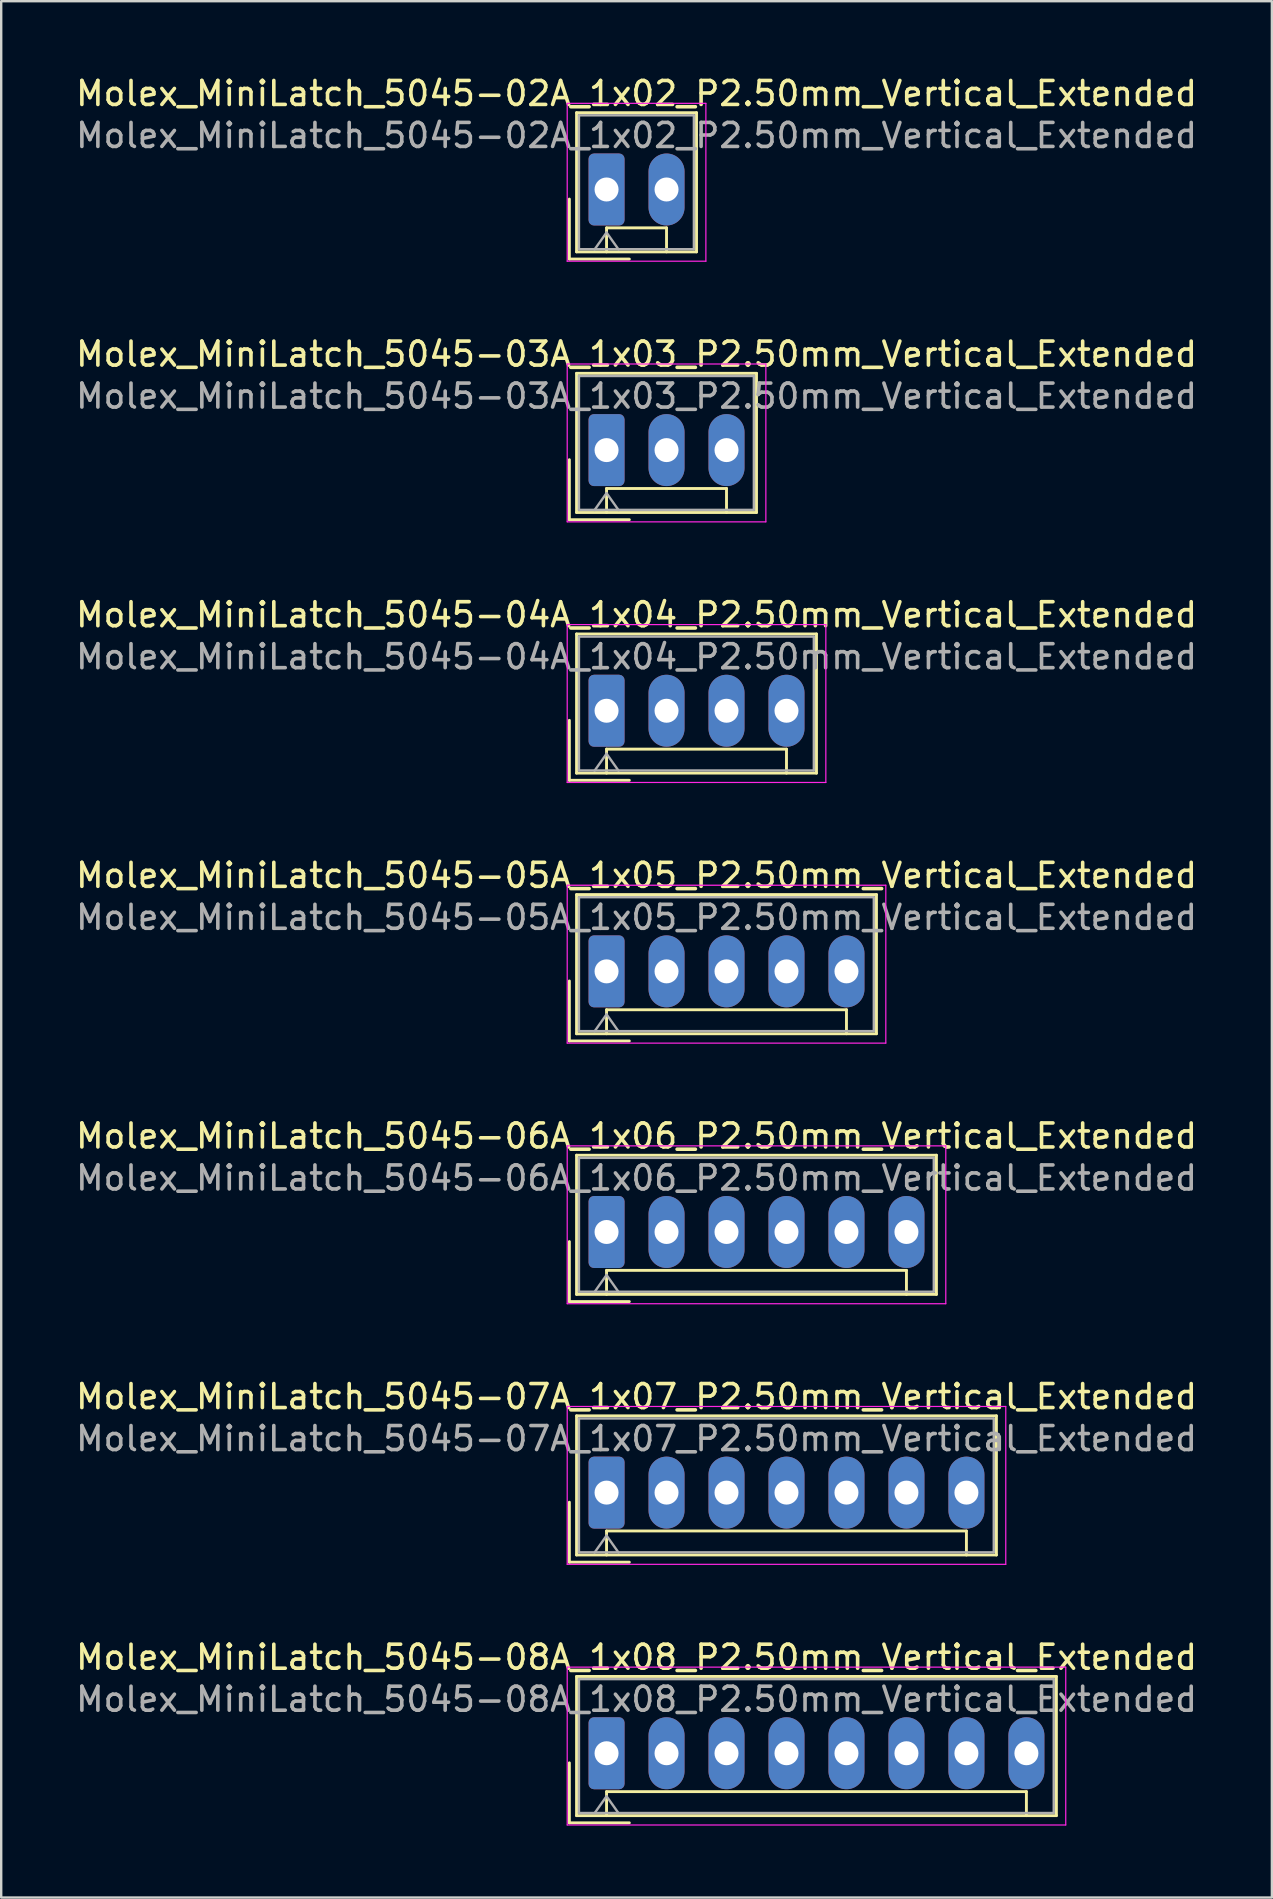
<source format=kicad_pcb>
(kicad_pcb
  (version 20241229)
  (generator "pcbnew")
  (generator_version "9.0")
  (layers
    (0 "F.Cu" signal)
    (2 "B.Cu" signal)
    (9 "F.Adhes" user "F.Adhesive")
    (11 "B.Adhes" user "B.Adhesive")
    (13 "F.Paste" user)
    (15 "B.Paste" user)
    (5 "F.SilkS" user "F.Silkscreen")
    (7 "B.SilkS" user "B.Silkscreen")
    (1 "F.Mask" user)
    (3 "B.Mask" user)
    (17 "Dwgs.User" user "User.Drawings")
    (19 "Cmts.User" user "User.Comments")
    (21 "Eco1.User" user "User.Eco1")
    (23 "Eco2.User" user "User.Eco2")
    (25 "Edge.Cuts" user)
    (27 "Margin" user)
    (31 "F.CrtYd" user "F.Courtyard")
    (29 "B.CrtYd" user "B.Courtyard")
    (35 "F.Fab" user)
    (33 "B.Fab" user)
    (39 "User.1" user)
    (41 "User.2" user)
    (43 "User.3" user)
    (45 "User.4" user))
  (footprint "Molex_MiniLatch_5045-02A_1x02_P2.50mm_Vertical_Extended"
    (layer "F.Cu")
    (at 22.232 4.848)
    (property "Reference" "Molex_MiniLatch_5045-02A_1x02_P2.50mm_Vertical_Extended" (at 1.25 -4 0) (layer "F.SilkS") (effects (font (size 1 1) (thickness 0.15))))
    (attr through_hole)
    (fp_line (start -1.55 0.4) (end -1.55 2.9) (stroke (width 0.12) (type solid)) (layer "F.SilkS"))
    (fp_line (start -1.55 2.9) (end 0.95 2.9) (stroke (width 0.12) (type solid)) (layer "F.SilkS"))
    (fp_line (start -1.25 -3.2) (end -1.25 2.6) (stroke (width 0.12) (type solid)) (layer "F.SilkS"))
    (fp_line (start -1.25 -3.2) (end 3.75 -3.2) (stroke (width 0.12) (type solid)) (layer "F.SilkS"))
    (fp_line (start -1.25 2.6) (end 3.75 2.6) (stroke (width 0.12) (type solid)) (layer "F.SilkS"))
    (fp_line (start 0 1.6) (end 2.5 1.6) (stroke (width 0.12) (type solid)) (layer "F.SilkS"))
    (fp_line (start 0 2.6) (end 0 1.6) (stroke (width 0.12) (type solid)) (layer "F.SilkS"))
    (fp_line (start 2.5 1.6) (end 2.5 2.6) (stroke (width 0.12) (type solid)) (layer "F.SilkS"))
    (fp_line (start 3.75 -3.2) (end 3.75 2.6) (stroke (width 0.12) (type solid)) (layer "F.SilkS"))
    (fp_line (start -1.64 -3.59) (end -1.64 2.99) (stroke (width 0.05) (type solid)) (layer "F.CrtYd"))
    (fp_line (start -1.64 -3.59) (end 4.14 -3.59) (stroke (width 0.05) (type solid)) (layer "F.CrtYd"))
    (fp_line (start 4.14 -3.59) (end 4.14 2.99) (stroke (width 0.05) (type solid)) (layer "F.CrtYd"))
    (fp_line (start 4.14 2.99) (end -1.64 2.99) (stroke (width 0.05) (type solid)) (layer "F.CrtYd"))
    (fp_line (start -1.15 2.49) (end -1.15 -3.09) (stroke (width 0.1) (type solid)) (layer "F.Fab"))
    (fp_line (start -1.15 2.49) (end 3.64 2.49) (stroke (width 0.1) (type solid)) (layer "F.Fab"))
    (fp_line (start -0.5 2.5) (end 0 1.793) (stroke (width 0.1) (type solid)) (layer "F.Fab"))
    (fp_line (start 0 1.793) (end 0.5 2.5) (stroke (width 0.1) (type solid)) (layer "F.Fab"))
    (fp_line (start 3.64 -3.09) (end -1.15 -3.09) (stroke (width 0.1) (type solid)) (layer "F.Fab"))
    (fp_line (start 3.64 2.49) (end 3.64 -3.09) (stroke (width 0.1) (type solid)) (layer "F.Fab"))
    (fp_text user "${REFERENCE}" (at 1.25 -2.25 0) (layer "F.Fab") (effects (font (size 1 1) (thickness 0.15))))
    (pad "1" thru_hole roundrect (at 0 0) (size 1.5 3) (drill 1) (layers "*.Cu" "*.Mask") (roundrect_rratio 0.15))
    (pad "2" thru_hole oval (at 2.5 0) (size 1.5 3) (drill 1) (layers "*.Cu" "*.Mask")))
  (footprint "Molex_MiniLatch_5045-07A_1x07_P2.50mm_Vertical_Extended"
    (layer "F.Cu")
    (at 22.232 59.164)
    (property "Reference" "Molex_MiniLatch_5045-07A_1x07_P2.50mm_Vertical_Extended" (at 1.25 -4 0) (layer "F.SilkS") (effects (font (size 1 1) (thickness 0.15))))
    (attr through_hole)
    (fp_line (start -1.55 0.4) (end -1.55 2.9) (stroke (width 0.12) (type solid)) (layer "F.SilkS"))
    (fp_line (start -1.55 2.9) (end 0.95 2.9) (stroke (width 0.12) (type solid)) (layer "F.SilkS"))
    (fp_line (start -1.25 -3.2) (end -1.25 2.6) (stroke (width 0.12) (type solid)) (layer "F.SilkS"))
    (fp_line (start -1.25 -3.2) (end 16.25 -3.2) (stroke (width 0.12) (type solid)) (layer "F.SilkS"))
    (fp_line (start -1.25 2.6) (end 16.25 2.6) (stroke (width 0.12) (type solid)) (layer "F.SilkS"))
    (fp_line (start 0 1.6) (end 15 1.6) (stroke (width 0.12) (type solid)) (layer "F.SilkS"))
    (fp_line (start 0 2.6) (end 0 1.6) (stroke (width 0.12) (type solid)) (layer "F.SilkS"))
    (fp_line (start 15 1.6) (end 15 2.6) (stroke (width 0.12) (type solid)) (layer "F.SilkS"))
    (fp_line (start 16.25 -3.2) (end 16.25 2.6) (stroke (width 0.12) (type solid)) (layer "F.SilkS"))
    (fp_line (start -1.64 -3.59) (end -1.64 2.99) (stroke (width 0.05) (type solid)) (layer "F.CrtYd"))
    (fp_line (start -1.64 -3.59) (end 16.64 -3.59) (stroke (width 0.05) (type solid)) (layer "F.CrtYd"))
    (fp_line (start 16.64 -3.59) (end 16.64 2.99) (stroke (width 0.05) (type solid)) (layer "F.CrtYd"))
    (fp_line (start 16.64 2.99) (end -1.64 2.99) (stroke (width 0.05) (type solid)) (layer "F.CrtYd"))
    (fp_line (start -1.15 2.49) (end -1.15 -3.09) (stroke (width 0.1) (type solid)) (layer "F.Fab"))
    (fp_line (start -1.15 2.49) (end 16.14 2.49) (stroke (width 0.1) (type solid)) (layer "F.Fab"))
    (fp_line (start -0.5 2.5) (end 0 1.793) (stroke (width 0.1) (type solid)) (layer "F.Fab"))
    (fp_line (start 0 1.793) (end 0.5 2.5) (stroke (width 0.1) (type solid)) (layer "F.Fab"))
    (fp_line (start 16.14 -3.09) (end -1.15 -3.09) (stroke (width 0.1) (type solid)) (layer "F.Fab"))
    (fp_line (start 16.14 2.49) (end 16.14 -3.09) (stroke (width 0.1) (type solid)) (layer "F.Fab"))
    (fp_text user "${REFERENCE}" (at 1.25 -2.25 0) (layer "F.Fab") (effects (font (size 1 1) (thickness 0.15))))
    (pad "1" thru_hole roundrect (at 0 0) (size 1.5 3) (drill 1) (layers "*.Cu" "*.Mask") (roundrect_rratio 0.15))
    (pad "2" thru_hole oval (at 2.5 0) (size 1.5 3) (drill 1) (layers "*.Cu" "*.Mask"))
    (pad "3" thru_hole oval (at 5 0) (size 1.5 3) (drill 1) (layers "*.Cu" "*.Mask"))
    (pad "4" thru_hole oval (at 7.5 0) (size 1.5 3) (drill 1) (layers "*.Cu" "*.Mask"))
    (pad "5" thru_hole oval (at 10 0) (size 1.5 3) (drill 1) (layers "*.Cu" "*.Mask"))
    (pad "6" thru_hole oval (at 12.5 0) (size 1.5 3) (drill 1) (layers "*.Cu" "*.Mask"))
    (pad "7" thru_hole oval (at 15 0) (size 1.5 3) (drill 1) (layers "*.Cu" "*.Mask")))
  (footprint "Molex_MiniLatch_5045-05A_1x05_P2.50mm_Vertical_Extended"
    (layer "F.Cu")
    (at 22.232 37.438)
    (property "Reference" "Molex_MiniLatch_5045-05A_1x05_P2.50mm_Vertical_Extended" (at 1.25 -4 0) (layer "F.SilkS") (effects (font (size 1 1) (thickness 0.15))))
    (attr through_hole)
    (fp_line (start -1.55 0.4) (end -1.55 2.9) (stroke (width 0.12) (type solid)) (layer "F.SilkS"))
    (fp_line (start -1.55 2.9) (end 0.95 2.9) (stroke (width 0.12) (type solid)) (layer "F.SilkS"))
    (fp_line (start -1.25 -3.2) (end -1.25 2.6) (stroke (width 0.12) (type solid)) (layer "F.SilkS"))
    (fp_line (start -1.25 -3.2) (end 11.25 -3.2) (stroke (width 0.12) (type solid)) (layer "F.SilkS"))
    (fp_line (start -1.25 2.6) (end 11.25 2.6) (stroke (width 0.12) (type solid)) (layer "F.SilkS"))
    (fp_line (start 0 1.6) (end 10 1.6) (stroke (width 0.12) (type solid)) (layer "F.SilkS"))
    (fp_line (start 0 2.6) (end 0 1.6) (stroke (width 0.12) (type solid)) (layer "F.SilkS"))
    (fp_line (start 10 1.6) (end 10 2.6) (stroke (width 0.12) (type solid)) (layer "F.SilkS"))
    (fp_line (start 11.25 -3.2) (end 11.25 2.6) (stroke (width 0.12) (type solid)) (layer "F.SilkS"))
    (fp_line (start -1.64 -3.59) (end -1.64 2.99) (stroke (width 0.05) (type solid)) (layer "F.CrtYd"))
    (fp_line (start -1.64 -3.59) (end 11.64 -3.59) (stroke (width 0.05) (type solid)) (layer "F.CrtYd"))
    (fp_line (start 11.64 -3.59) (end 11.64 2.99) (stroke (width 0.05) (type solid)) (layer "F.CrtYd"))
    (fp_line (start 11.64 2.99) (end -1.64 2.99) (stroke (width 0.05) (type solid)) (layer "F.CrtYd"))
    (fp_line (start -1.15 2.49) (end -1.15 -3.09) (stroke (width 0.1) (type solid)) (layer "F.Fab"))
    (fp_line (start -1.15 2.49) (end 11.14 2.49) (stroke (width 0.1) (type solid)) (layer "F.Fab"))
    (fp_line (start -0.5 2.5) (end 0 1.793) (stroke (width 0.1) (type solid)) (layer "F.Fab"))
    (fp_line (start 0 1.793) (end 0.5 2.5) (stroke (width 0.1) (type solid)) (layer "F.Fab"))
    (fp_line (start 11.14 -3.09) (end -1.15 -3.09) (stroke (width 0.1) (type solid)) (layer "F.Fab"))
    (fp_line (start 11.14 2.49) (end 11.14 -3.09) (stroke (width 0.1) (type solid)) (layer "F.Fab"))
    (fp_text user "${REFERENCE}" (at 1.25 -2.25 0) (layer "F.Fab") (effects (font (size 1 1) (thickness 0.15))))
    (pad "1" thru_hole roundrect (at 0 0) (size 1.5 3) (drill 1) (layers "*.Cu" "*.Mask") (roundrect_rratio 0.15))
    (pad "2" thru_hole oval (at 2.5 0) (size 1.5 3) (drill 1) (layers "*.Cu" "*.Mask"))
    (pad "3" thru_hole oval (at 5 0) (size 1.5 3) (drill 1) (layers "*.Cu" "*.Mask"))
    (pad "4" thru_hole oval (at 7.5 0) (size 1.5 3) (drill 1) (layers "*.Cu" "*.Mask"))
    (pad "5" thru_hole oval (at 10 0) (size 1.5 3) (drill 1) (layers "*.Cu" "*.Mask")))
  (footprint "Molex_MiniLatch_5045-08A_1x08_P2.50mm_Vertical_Extended"
    (layer "F.Cu")
    (at 22.232 70.028)
    (property "Reference" "Molex_MiniLatch_5045-08A_1x08_P2.50mm_Vertical_Extended" (at 1.25 -4 0) (layer "F.SilkS") (effects (font (size 1 1) (thickness 0.15))))
    (attr through_hole)
    (fp_line (start -1.55 0.4) (end -1.55 2.9) (stroke (width 0.12) (type solid)) (layer "F.SilkS"))
    (fp_line (start -1.55 2.9) (end 0.95 2.9) (stroke (width 0.12) (type solid)) (layer "F.SilkS"))
    (fp_line (start -1.25 -3.2) (end -1.25 2.6) (stroke (width 0.12) (type solid)) (layer "F.SilkS"))
    (fp_line (start -1.25 -3.2) (end 18.75 -3.2) (stroke (width 0.12) (type solid)) (layer "F.SilkS"))
    (fp_line (start -1.25 2.6) (end 18.75 2.6) (stroke (width 0.12) (type solid)) (layer "F.SilkS"))
    (fp_line (start 0 1.6) (end 17.5 1.6) (stroke (width 0.12) (type solid)) (layer "F.SilkS"))
    (fp_line (start 0 2.6) (end 0 1.6) (stroke (width 0.12) (type solid)) (layer "F.SilkS"))
    (fp_line (start 17.5 1.6) (end 17.5 2.6) (stroke (width 0.12) (type solid)) (layer "F.SilkS"))
    (fp_line (start 18.75 -3.2) (end 18.75 2.6) (stroke (width 0.12) (type solid)) (layer "F.SilkS"))
    (fp_line (start -1.64 -3.59) (end -1.64 2.99) (stroke (width 0.05) (type solid)) (layer "F.CrtYd"))
    (fp_line (start -1.64 -3.59) (end 19.14 -3.59) (stroke (width 0.05) (type solid)) (layer "F.CrtYd"))
    (fp_line (start 19.14 -3.59) (end 19.14 2.99) (stroke (width 0.05) (type solid)) (layer "F.CrtYd"))
    (fp_line (start 19.14 2.99) (end -1.64 2.99) (stroke (width 0.05) (type solid)) (layer "F.CrtYd"))
    (fp_line (start -1.15 2.49) (end -1.15 -3.09) (stroke (width 0.1) (type solid)) (layer "F.Fab"))
    (fp_line (start -1.15 2.49) (end 18.64 2.49) (stroke (width 0.1) (type solid)) (layer "F.Fab"))
    (fp_line (start -0.5 2.5) (end 0 1.793) (stroke (width 0.1) (type solid)) (layer "F.Fab"))
    (fp_line (start 0 1.793) (end 0.5 2.5) (stroke (width 0.1) (type solid)) (layer "F.Fab"))
    (fp_line (start 18.64 -3.09) (end -1.15 -3.09) (stroke (width 0.1) (type solid)) (layer "F.Fab"))
    (fp_line (start 18.64 2.49) (end 18.64 -3.09) (stroke (width 0.1) (type solid)) (layer "F.Fab"))
    (fp_text user "${REFERENCE}" (at 1.25 -2.25 0) (layer "F.Fab") (effects (font (size 1 1) (thickness 0.15))))
    (pad "1" thru_hole roundrect (at 0 0) (size 1.5 3) (drill 1) (layers "*.Cu" "*.Mask") (roundrect_rratio 0.15))
    (pad "2" thru_hole oval (at 2.5 0) (size 1.5 3) (drill 1) (layers "*.Cu" "*.Mask"))
    (pad "3" thru_hole oval (at 5 0) (size 1.5 3) (drill 1) (layers "*.Cu" "*.Mask"))
    (pad "4" thru_hole oval (at 7.5 0) (size 1.5 3) (drill 1) (layers "*.Cu" "*.Mask"))
    (pad "5" thru_hole oval (at 10 0) (size 1.5 3) (drill 1) (layers "*.Cu" "*.Mask"))
    (pad "6" thru_hole oval (at 12.5 0) (size 1.5 3) (drill 1) (layers "*.Cu" "*.Mask"))
    (pad "7" thru_hole oval (at 15 0) (size 1.5 3) (drill 1) (layers "*.Cu" "*.Mask"))
    (pad "8" thru_hole oval (at 17.5 0) (size 1.5 3) (drill 1) (layers "*.Cu" "*.Mask")))
  (footprint "Molex_MiniLatch_5045-03A_1x03_P2.50mm_Vertical_Extended"
    (layer "F.Cu")
    (at 22.232 15.711)
    (property "Reference" "Molex_MiniLatch_5045-03A_1x03_P2.50mm_Vertical_Extended" (at 1.25 -4 0) (layer "F.SilkS") (effects (font (size 1 1) (thickness 0.15))))
    (attr through_hole)
    (fp_line (start -1.55 0.4) (end -1.55 2.9) (stroke (width 0.12) (type solid)) (layer "F.SilkS"))
    (fp_line (start -1.55 2.9) (end 0.95 2.9) (stroke (width 0.12) (type solid)) (layer "F.SilkS"))
    (fp_line (start -1.25 -3.2) (end -1.25 2.6) (stroke (width 0.12) (type solid)) (layer "F.SilkS"))
    (fp_line (start -1.25 -3.2) (end 6.25 -3.2) (stroke (width 0.12) (type solid)) (layer "F.SilkS"))
    (fp_line (start -1.25 2.6) (end 6.25 2.6) (stroke (width 0.12) (type solid)) (layer "F.SilkS"))
    (fp_line (start 0 1.6) (end 5 1.6) (stroke (width 0.12) (type solid)) (layer "F.SilkS"))
    (fp_line (start 0 2.6) (end 0 1.6) (stroke (width 0.12) (type solid)) (layer "F.SilkS"))
    (fp_line (start 5 1.6) (end 5 2.6) (stroke (width 0.12) (type solid)) (layer "F.SilkS"))
    (fp_line (start 6.25 -3.2) (end 6.25 2.6) (stroke (width 0.12) (type solid)) (layer "F.SilkS"))
    (fp_line (start -1.64 -3.59) (end -1.64 2.99) (stroke (width 0.05) (type solid)) (layer "F.CrtYd"))
    (fp_line (start -1.64 -3.59) (end 6.64 -3.59) (stroke (width 0.05) (type solid)) (layer "F.CrtYd"))
    (fp_line (start 6.64 -3.59) (end 6.64 2.99) (stroke (width 0.05) (type solid)) (layer "F.CrtYd"))
    (fp_line (start 6.64 2.99) (end -1.64 2.99) (stroke (width 0.05) (type solid)) (layer "F.CrtYd"))
    (fp_line (start -1.15 2.49) (end -1.15 -3.09) (stroke (width 0.1) (type solid)) (layer "F.Fab"))
    (fp_line (start -1.15 2.49) (end 6.14 2.49) (stroke (width 0.1) (type solid)) (layer "F.Fab"))
    (fp_line (start -0.5 2.5) (end 0 1.793) (stroke (width 0.1) (type solid)) (layer "F.Fab"))
    (fp_line (start 0 1.793) (end 0.5 2.5) (stroke (width 0.1) (type solid)) (layer "F.Fab"))
    (fp_line (start 6.14 -3.09) (end -1.15 -3.09) (stroke (width 0.1) (type solid)) (layer "F.Fab"))
    (fp_line (start 6.14 2.49) (end 6.14 -3.09) (stroke (width 0.1) (type solid)) (layer "F.Fab"))
    (fp_text user "${REFERENCE}" (at 1.25 -2.25 0) (layer "F.Fab") (effects (font (size 1 1) (thickness 0.15))))
    (pad "1" thru_hole roundrect (at 0 0) (size 1.5 3) (drill 1) (layers "*.Cu" "*.Mask") (roundrect_rratio 0.15))
    (pad "2" thru_hole oval (at 2.5 0) (size 1.5 3) (drill 1) (layers "*.Cu" "*.Mask"))
    (pad "3" thru_hole oval (at 5 0) (size 1.5 3) (drill 1) (layers "*.Cu" "*.Mask")))
  (footprint "Molex_MiniLatch_5045-04A_1x04_P2.50mm_Vertical_Extended"
    (layer "F.Cu")
    (at 22.232 26.575)
    (property "Reference" "Molex_MiniLatch_5045-04A_1x04_P2.50mm_Vertical_Extended" (at 1.25 -4 0) (layer "F.SilkS") (effects (font (size 1 1) (thickness 0.15))))
    (attr through_hole)
    (fp_line (start -1.55 0.4) (end -1.55 2.9) (stroke (width 0.12) (type solid)) (layer "F.SilkS"))
    (fp_line (start -1.55 2.9) (end 0.95 2.9) (stroke (width 0.12) (type solid)) (layer "F.SilkS"))
    (fp_line (start -1.25 -3.2) (end -1.25 2.6) (stroke (width 0.12) (type solid)) (layer "F.SilkS"))
    (fp_line (start -1.25 -3.2) (end 8.75 -3.2) (stroke (width 0.12) (type solid)) (layer "F.SilkS"))
    (fp_line (start -1.25 2.6) (end 8.75 2.6) (stroke (width 0.12) (type solid)) (layer "F.SilkS"))
    (fp_line (start 0 1.6) (end 7.5 1.6) (stroke (width 0.12) (type solid)) (layer "F.SilkS"))
    (fp_line (start 0 2.6) (end 0 1.6) (stroke (width 0.12) (type solid)) (layer "F.SilkS"))
    (fp_line (start 7.5 1.6) (end 7.5 2.6) (stroke (width 0.12) (type solid)) (layer "F.SilkS"))
    (fp_line (start 8.75 -3.2) (end 8.75 2.6) (stroke (width 0.12) (type solid)) (layer "F.SilkS"))
    (fp_line (start -1.64 -3.59) (end -1.64 2.99) (stroke (width 0.05) (type solid)) (layer "F.CrtYd"))
    (fp_line (start -1.64 -3.59) (end 9.14 -3.59) (stroke (width 0.05) (type solid)) (layer "F.CrtYd"))
    (fp_line (start 9.14 -3.59) (end 9.14 2.99) (stroke (width 0.05) (type solid)) (layer "F.CrtYd"))
    (fp_line (start 9.14 2.99) (end -1.64 2.99) (stroke (width 0.05) (type solid)) (layer "F.CrtYd"))
    (fp_line (start -1.15 2.49) (end -1.15 -3.09) (stroke (width 0.1) (type solid)) (layer "F.Fab"))
    (fp_line (start -1.15 2.49) (end 8.64 2.49) (stroke (width 0.1) (type solid)) (layer "F.Fab"))
    (fp_line (start -0.5 2.5) (end 0 1.793) (stroke (width 0.1) (type solid)) (layer "F.Fab"))
    (fp_line (start 0 1.793) (end 0.5 2.5) (stroke (width 0.1) (type solid)) (layer "F.Fab"))
    (fp_line (start 8.64 -3.09) (end -1.15 -3.09) (stroke (width 0.1) (type solid)) (layer "F.Fab"))
    (fp_line (start 8.64 2.49) (end 8.64 -3.09) (stroke (width 0.1) (type solid)) (layer "F.Fab"))
    (fp_text user "${REFERENCE}" (at 1.25 -2.25 0) (layer "F.Fab") (effects (font (size 1 1) (thickness 0.15))))
    (pad "1" thru_hole roundrect (at 0 0) (size 1.5 3) (drill 1) (layers "*.Cu" "*.Mask") (roundrect_rratio 0.15))
    (pad "2" thru_hole oval (at 2.5 0) (size 1.5 3) (drill 1) (layers "*.Cu" "*.Mask"))
    (pad "3" thru_hole oval (at 5 0) (size 1.5 3) (drill 1) (layers "*.Cu" "*.Mask"))
    (pad "4" thru_hole oval (at 7.5 0) (size 1.5 3) (drill 1) (layers "*.Cu" "*.Mask")))
  (footprint "Molex_MiniLatch_5045-06A_1x06_P2.50mm_Vertical_Extended"
    (layer "F.Cu")
    (at 22.232 48.301)
    (property "Reference" "Molex_MiniLatch_5045-06A_1x06_P2.50mm_Vertical_Extended" (at 1.25 -4 0) (layer "F.SilkS") (effects (font (size 1 1) (thickness 0.15))))
    (attr through_hole)
    (fp_line (start -1.55 0.4) (end -1.55 2.9) (stroke (width 0.12) (type solid)) (layer "F.SilkS"))
    (fp_line (start -1.55 2.9) (end 0.95 2.9) (stroke (width 0.12) (type solid)) (layer "F.SilkS"))
    (fp_line (start -1.25 -3.2) (end -1.25 2.6) (stroke (width 0.12) (type solid)) (layer "F.SilkS"))
    (fp_line (start -1.25 -3.2) (end 13.75 -3.2) (stroke (width 0.12) (type solid)) (layer "F.SilkS"))
    (fp_line (start -1.25 2.6) (end 13.75 2.6) (stroke (width 0.12) (type solid)) (layer "F.SilkS"))
    (fp_line (start 0 1.6) (end 12.5 1.6) (stroke (width 0.12) (type solid)) (layer "F.SilkS"))
    (fp_line (start 0 2.6) (end 0 1.6) (stroke (width 0.12) (type solid)) (layer "F.SilkS"))
    (fp_line (start 12.5 1.6) (end 12.5 2.6) (stroke (width 0.12) (type solid)) (layer "F.SilkS"))
    (fp_line (start 13.75 -3.2) (end 13.75 2.6) (stroke (width 0.12) (type solid)) (layer "F.SilkS"))
    (fp_line (start -1.64 -3.59) (end -1.64 2.99) (stroke (width 0.05) (type solid)) (layer "F.CrtYd"))
    (fp_line (start -1.64 -3.59) (end 14.14 -3.59) (stroke (width 0.05) (type solid)) (layer "F.CrtYd"))
    (fp_line (start 14.14 -3.59) (end 14.14 2.99) (stroke (width 0.05) (type solid)) (layer "F.CrtYd"))
    (fp_line (start 14.14 2.99) (end -1.64 2.99) (stroke (width 0.05) (type solid)) (layer "F.CrtYd"))
    (fp_line (start -1.15 2.49) (end -1.15 -3.09) (stroke (width 0.1) (type solid)) (layer "F.Fab"))
    (fp_line (start -1.15 2.49) (end 13.64 2.49) (stroke (width 0.1) (type solid)) (layer "F.Fab"))
    (fp_line (start -0.5 2.5) (end 0 1.793) (stroke (width 0.1) (type solid)) (layer "F.Fab"))
    (fp_line (start 0 1.793) (end 0.5 2.5) (stroke (width 0.1) (type solid)) (layer "F.Fab"))
    (fp_line (start 13.64 -3.09) (end -1.15 -3.09) (stroke (width 0.1) (type solid)) (layer "F.Fab"))
    (fp_line (start 13.64 2.49) (end 13.64 -3.09) (stroke (width 0.1) (type solid)) (layer "F.Fab"))
    (fp_text user "${REFERENCE}" (at 1.25 -2.25 0) (layer "F.Fab") (effects (font (size 1 1) (thickness 0.15))))
    (pad "1" thru_hole roundrect (at 0 0) (size 1.5 3) (drill 1) (layers "*.Cu" "*.Mask") (roundrect_rratio 0.15))
    (pad "2" thru_hole oval (at 2.5 0) (size 1.5 3) (drill 1) (layers "*.Cu" "*.Mask"))
    (pad "3" thru_hole oval (at 5 0) (size 1.5 3) (drill 1) (layers "*.Cu" "*.Mask"))
    (pad "4" thru_hole oval (at 7.5 0) (size 1.5 3) (drill 1) (layers "*.Cu" "*.Mask"))
    (pad "5" thru_hole oval (at 10 0) (size 1.5 3) (drill 1) (layers "*.Cu" "*.Mask"))
    (pad "6" thru_hole oval (at 12.5 0) (size 1.5 3) (drill 1) (layers "*.Cu" "*.Mask")))
  (gr_rect
    (start -3 -3)
    (end 49.964 76.043)
    (stroke (width 0.1) (type default))
    (fill no)
    (layer "Edge.Cuts")))
</source>
